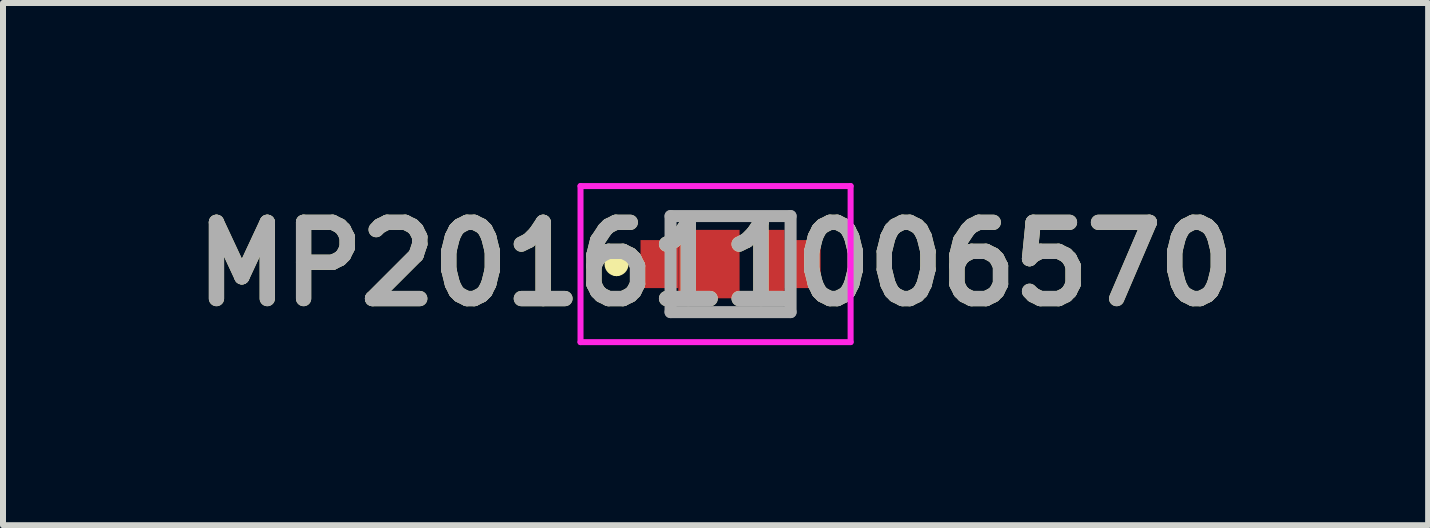
<source format=kicad_pcb>
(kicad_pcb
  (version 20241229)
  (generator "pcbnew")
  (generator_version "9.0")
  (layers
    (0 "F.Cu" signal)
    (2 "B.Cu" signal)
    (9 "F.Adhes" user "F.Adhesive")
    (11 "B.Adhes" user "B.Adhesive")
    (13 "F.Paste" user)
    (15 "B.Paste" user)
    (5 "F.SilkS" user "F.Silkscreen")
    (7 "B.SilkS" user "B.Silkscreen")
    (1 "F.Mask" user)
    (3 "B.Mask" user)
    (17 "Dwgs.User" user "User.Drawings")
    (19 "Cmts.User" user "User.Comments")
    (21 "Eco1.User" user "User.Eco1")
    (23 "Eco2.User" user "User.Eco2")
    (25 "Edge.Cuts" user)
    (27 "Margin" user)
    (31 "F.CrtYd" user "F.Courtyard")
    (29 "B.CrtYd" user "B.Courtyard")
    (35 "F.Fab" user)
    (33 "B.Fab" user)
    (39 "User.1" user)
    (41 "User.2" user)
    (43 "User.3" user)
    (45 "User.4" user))
  (footprint "MP201611006570"
    (layer "F.Cu")
    (at 9.122 1.35)
    (property "Reference" "MP201611006570" (at -0.25 0 0) (layer "F.SilkS") (effects (font (size 1.27 1.27) (thickness 0.254))))
    (attr smd)
    (fp_line (start -1.9 -0.1) (end -1.9 -0.1) (stroke (width 0.2) (type solid)) (layer "F.SilkS"))
    (fp_line (start -1.9 0.1) (end -1.9 0.1) (stroke (width 0.2) (type solid)) (layer "F.SilkS"))
    (fp_line (start -1 -0.8) (end 1 -0.8) (stroke (width 0.1) (type solid)) (layer "F.SilkS"))
    (fp_line (start -1 0.8) (end 1 0.8) (stroke (width 0.1) (type solid)) (layer "F.SilkS"))
    (fp_arc (start -1.9 -0.1) (mid -1.8 0) (end -1.9 0.1) (stroke (width 0.2) (type solid)) (layer "F.SilkS"))
    (fp_arc (start -1.9 0.1) (mid -2 0) (end -1.9 -0.1) (stroke (width 0.2) (type solid)) (layer "F.SilkS"))
    (fp_line (start -2.5 -1.3) (end 2 -1.3) (stroke (width 0.1) (type solid)) (layer "F.CrtYd"))
    (fp_line (start -2.5 1.3) (end -2.5 -1.3) (stroke (width 0.1) (type solid)) (layer "F.CrtYd"))
    (fp_line (start 2 -1.3) (end 2 1.3) (stroke (width 0.1) (type solid)) (layer "F.CrtYd"))
    (fp_line (start 2 1.3) (end -2.5 1.3) (stroke (width 0.1) (type solid)) (layer "F.CrtYd"))
    (fp_line (start -1 -0.8) (end 1 -0.8) (stroke (width 0.2) (type solid)) (layer "F.Fab"))
    (fp_line (start -1 0.8) (end -1 -0.8) (stroke (width 0.2) (type solid)) (layer "F.Fab"))
    (fp_line (start 1 -0.8) (end 1 0.8) (stroke (width 0.2) (type solid)) (layer "F.Fab"))
    (fp_line (start 1 0.8) (end -1 0.8) (stroke (width 0.2) (type solid)) (layer "F.Fab"))
    (fp_text user "${REFERENCE}" (at -0.25 0 0) (layer "F.Fab") (effects (font (size 1.27 1.27) (thickness 0.254))))
    (pad "1" smd rect (at -1.185 0) (size 0.63 0.8) (layers "F.Cu" "F.Mask" "F.Paste"))
    (pad "2" smd rect (at -0.36 0) (size 1.02 1.14) (layers "F.Cu" "F.Mask" "F.Paste"))
    (pad "3" smd rect (at 0.75 0) (size 0.3 1.14) (layers "F.Cu" "F.Mask" "F.Paste"))
    (pad "4" smd rect (at 1.2 0) (size 0.6 0.8) (layers "F.Cu" "F.Mask" "F.Paste")))
  (gr_rect
    (start -3 -3)
    (end 20.744 5.7)
    (stroke (width 0.1) (type default))
    (fill no)
    (layer "Edge.Cuts")))
</source>
